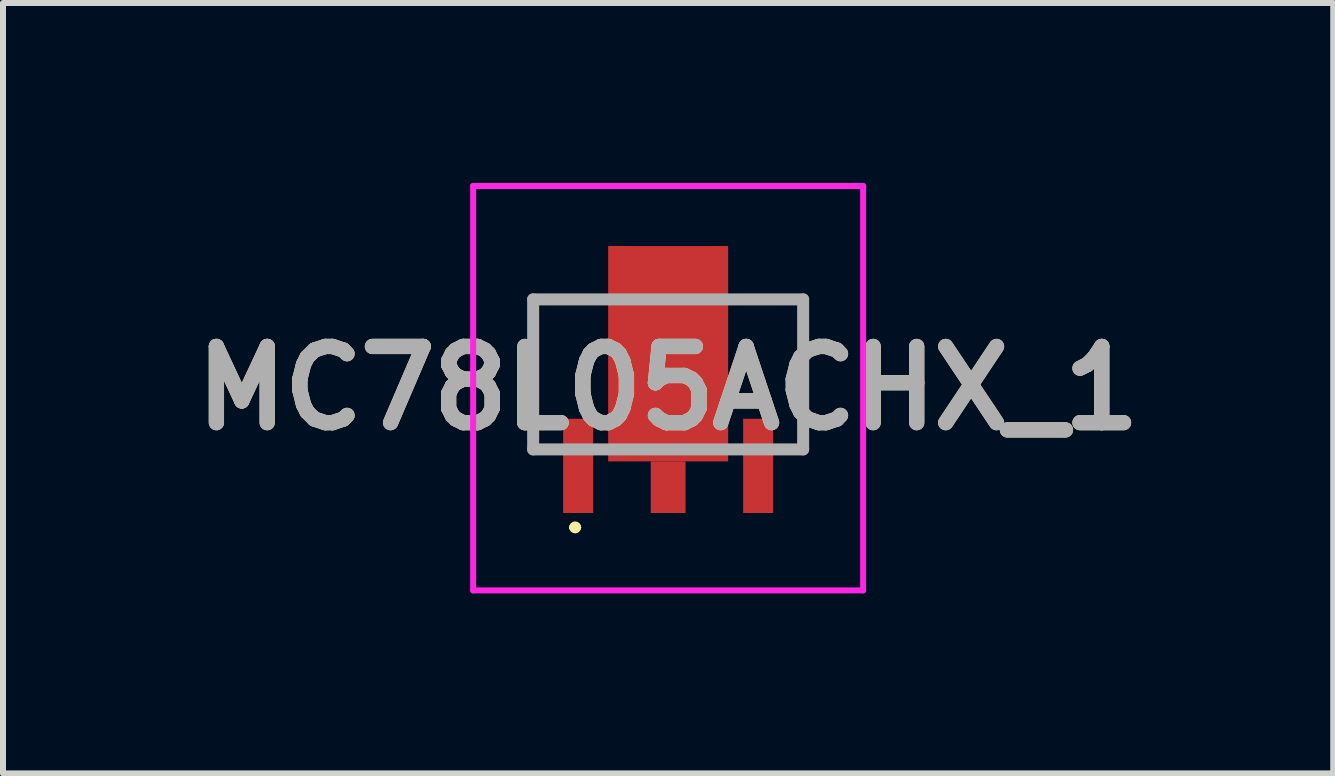
<source format=kicad_pcb>
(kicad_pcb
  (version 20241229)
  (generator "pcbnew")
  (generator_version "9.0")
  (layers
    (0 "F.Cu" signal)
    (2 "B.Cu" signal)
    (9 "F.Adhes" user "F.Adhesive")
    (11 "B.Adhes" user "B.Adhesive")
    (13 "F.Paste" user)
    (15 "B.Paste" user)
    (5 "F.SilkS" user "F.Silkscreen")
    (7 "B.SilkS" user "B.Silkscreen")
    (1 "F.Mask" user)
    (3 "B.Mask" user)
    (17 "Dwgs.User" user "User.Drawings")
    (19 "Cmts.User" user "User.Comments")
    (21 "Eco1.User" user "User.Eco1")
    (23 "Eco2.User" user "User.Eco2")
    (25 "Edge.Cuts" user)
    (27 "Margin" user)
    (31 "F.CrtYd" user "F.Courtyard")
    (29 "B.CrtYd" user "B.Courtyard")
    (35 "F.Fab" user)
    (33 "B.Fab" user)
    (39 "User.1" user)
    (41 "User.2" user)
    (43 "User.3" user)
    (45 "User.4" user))
  (footprint "MC78L05ACHX_1"
    (layer "F.Cu")
    (at 8.086 4.44)
    (property "Reference" "MC78L05ACHX_1" (at 0 -1.02 0) (layer "F.SilkS") (effects (font (size 1.27 1.27) (thickness 0.254))))
    (attr smd)
    (fp_line (start -2.25 -2.5) (end -1.5 -2.5) (stroke (width 0.1) (type solid)) (layer "F.SilkS"))
    (fp_line (start -2.25 0) (end -2.25 -2.5) (stroke (width 0.1) (type solid)) (layer "F.SilkS"))
    (fp_line (start -1.6 1.3) (end -1.6 1.3) (stroke (width 0.1) (type solid)) (layer "F.SilkS"))
    (fp_line (start -1.5 1.3) (end -1.5 1.3) (stroke (width 0.1) (type solid)) (layer "F.SilkS"))
    (fp_line (start 2.25 -2.5) (end 1.5 -2.5) (stroke (width 0.1) (type solid)) (layer "F.SilkS"))
    (fp_line (start 2.25 0) (end 2.25 -2.5) (stroke (width 0.1) (type solid)) (layer "F.SilkS"))
    (fp_arc (start -1.6 1.3) (mid -1.55 1.25) (end -1.5 1.3) (stroke (width 0.1) (type solid)) (layer "F.SilkS"))
    (fp_arc (start -1.5 1.3) (mid -1.55 1.35) (end -1.6 1.3) (stroke (width 0.1) (type solid)) (layer "F.SilkS"))
    (fp_line (start -3.25 -4.39) (end 3.25 -4.39) (stroke (width 0.1) (type solid)) (layer "F.CrtYd"))
    (fp_line (start -3.25 2.35) (end -3.25 -4.39) (stroke (width 0.1) (type solid)) (layer "F.CrtYd"))
    (fp_line (start 3.25 -4.39) (end 3.25 2.35) (stroke (width 0.1) (type solid)) (layer "F.CrtYd"))
    (fp_line (start 3.25 2.35) (end -3.25 2.35) (stroke (width 0.1) (type solid)) (layer "F.CrtYd"))
    (fp_line (start -2.25 -2.5) (end 2.25 -2.5) (stroke (width 0.2) (type solid)) (layer "F.Fab"))
    (fp_line (start -2.25 0) (end -2.25 -2.5) (stroke (width 0.2) (type solid)) (layer "F.Fab"))
    (fp_line (start 2.25 -2.5) (end 2.25 0) (stroke (width 0.2) (type solid)) (layer "F.Fab"))
    (fp_line (start 2.25 0) (end -2.25 0) (stroke (width 0.2) (type solid)) (layer "F.Fab"))
    (fp_text user "${REFERENCE}" (at 0 -1.02 0) (layer "F.Fab") (effects (font (size 1.27 1.27) (thickness 0.254))))
    (pad "1" smd rect (at -1.5 0.275) (size 0.5 1.57) (layers "F.Cu" "F.Mask" "F.Paste"))
    (pad "2" smd rect (at 0 0.63) (size 0.58 0.86) (layers "F.Cu" "F.Mask" "F.Paste"))
    (pad "3" smd rect (at 1.5 0.275) (size 0.5 1.57) (layers "F.Cu" "F.Mask" "F.Paste"))
    (pad "4" smd rect (at 0 -1.595) (size 2 3.59) (layers "F.Cu" "F.Mask" "F.Paste")))
  (gr_rect
    (start -3 -3)
    (end 19.171 9.84)
    (stroke (width 0.1) (type default))
    (fill no)
    (layer "Edge.Cuts")))
</source>
